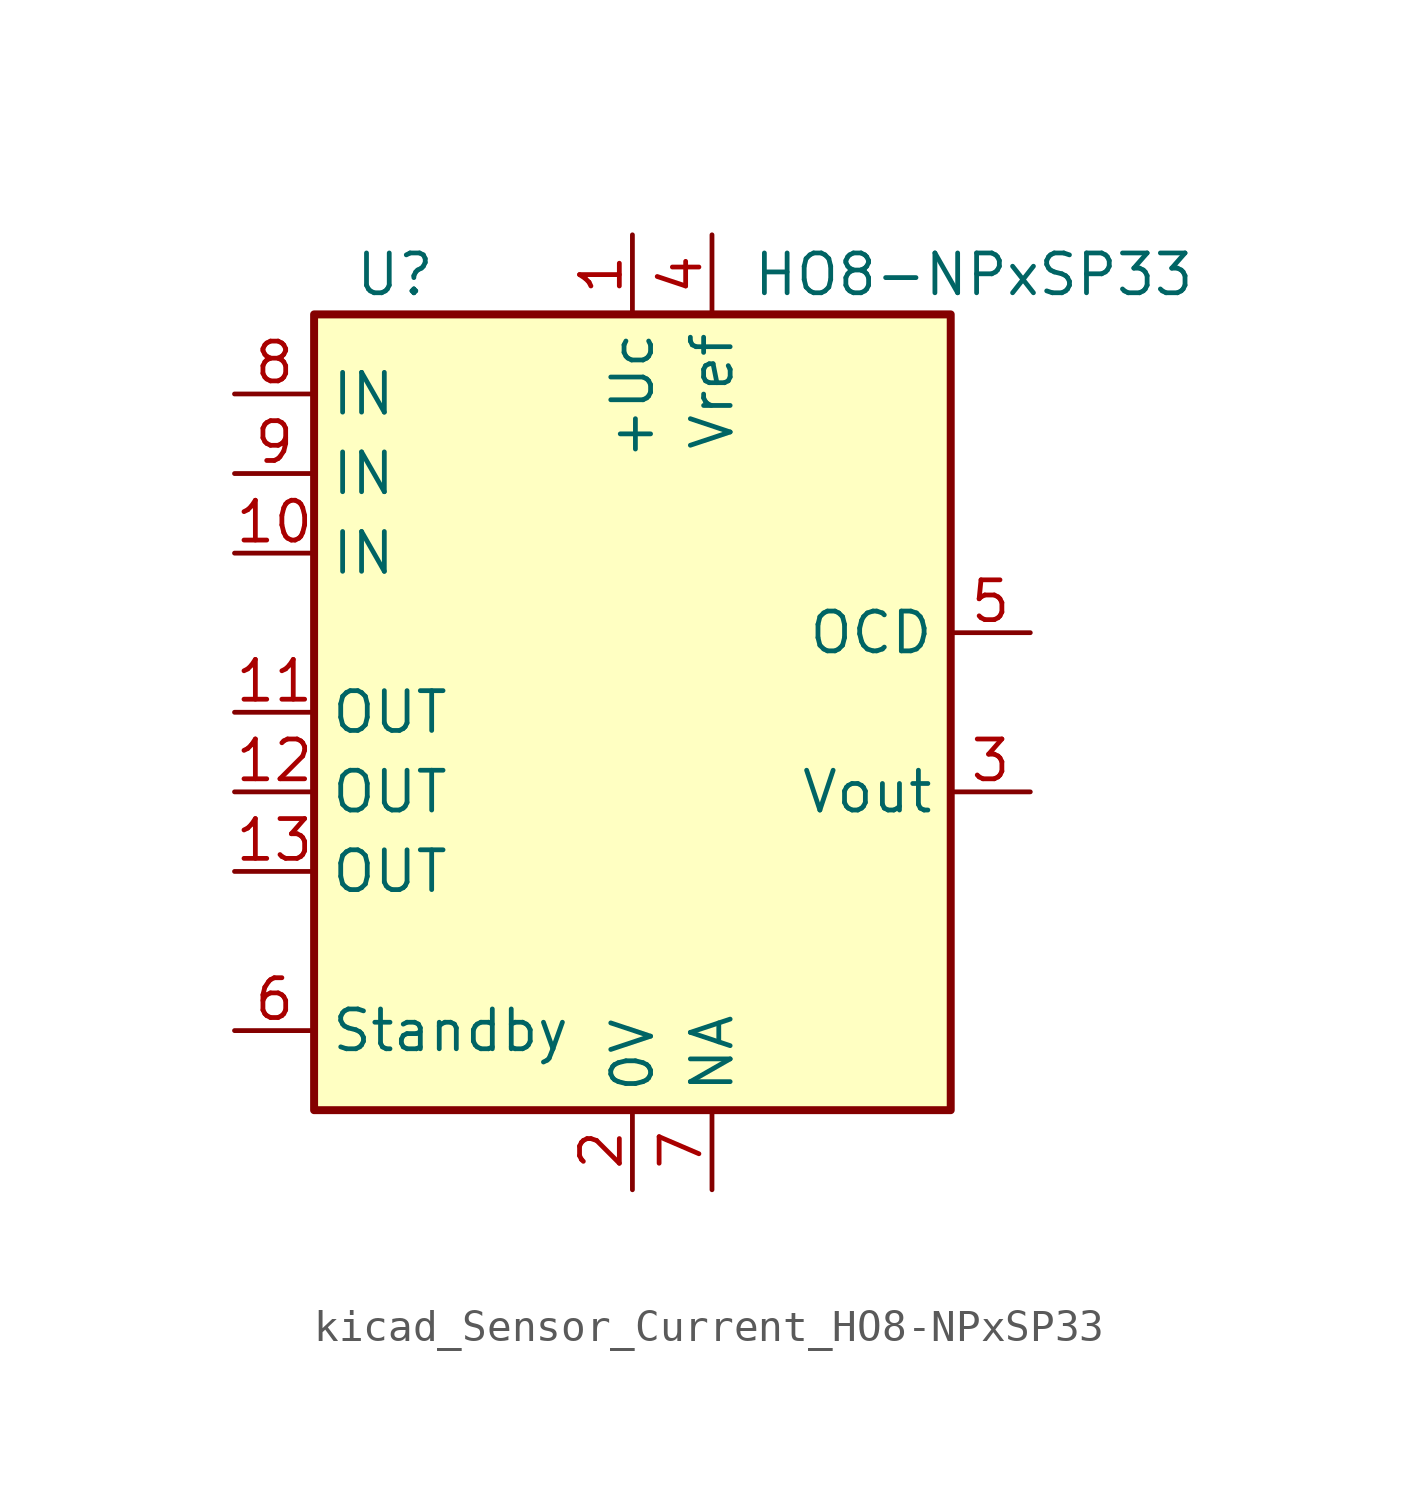
<source format=kicad_sym>
(kicad_symbol_lib
  (version 20220914)
  (generator kicad_symbol_editor)
  (symbol "kicad_Sensor_Current_HO8-NPxSP33"
    (property "Reference" "U"
      (at -8.89 13.97 0)
      (effects (font (size 1.27 1.27)) (justify left)))
    (property "Value" "HO8-NPxSP33"
      (at 3.81 13.97 0)
      (effects (font (size 1.27 1.27)) (justify left)))
    (symbol "kicad_Sensor_Current_HO8-NPxSP33_0_1"
      (rectangle (start -10.16 12.7) (end 10.16 -12.7) (stroke (width 0.254) (type default)) (fill (type background))))
    (symbol "kicad_Sensor_Current_HO8-NPxSP33_1_1"
      (pin power_in line (at 0 15.24 270) (length 2.54) (name "+Uc" (effects (font (size 1.27 1.27)))) (number "1" (effects (font (size 1.27 1.27)))))
      (pin passive line (at -12.7 5.08 0) (length 2.54) (name "IN" (effects (font (size 1.27 1.27)))) (number "10" (effects (font (size 1.27 1.27)))))
      (pin passive line (at -12.7 0 0) (length 2.54) (name "OUT" (effects (font (size 1.27 1.27)))) (number "11" (effects (font (size 1.27 1.27)))))
      (pin passive line (at -12.7 -2.54 0) (length 2.54) (name "OUT" (effects (font (size 1.27 1.27)))) (number "12" (effects (font (size 1.27 1.27)))))
      (pin passive line (at -12.7 -5.08 0) (length 2.54) (name "OUT" (effects (font (size 1.27 1.27)))) (number "13" (effects (font (size 1.27 1.27)))))
      (pin power_in line (at 0 -15.24 90) (length 2.54) (name "0V" (effects (font (size 1.27 1.27)))) (number "2" (effects (font (size 1.27 1.27)))))
      (pin output line (at 12.7 -2.54 180) (length 2.54) (name "Vout" (effects (font (size 1.27 1.27)))) (number "3" (effects (font (size 1.27 1.27)))))
      (pin passive line (at 2.54 15.24 270) (length 2.54) (name "Vref" (effects (font (size 1.27 1.27)))) (number "4" (effects (font (size 1.27 1.27)))))
      (pin open_collector line (at 12.7 2.54 180) (length 2.54) (name "OCD" (effects (font (size 1.27 1.27)))) (number "5" (effects (font (size 1.27 1.27)))))
      (pin input line (at -12.7 -10.16 0) (length 2.54) (name "Standby" (effects (font (size 1.27 1.27)))) (number "6" (effects (font (size 1.27 1.27)))))
      (pin passive line (at 2.54 -15.24 90) (length 2.54) (name "NA" (effects (font (size 1.27 1.27)))) (number "7" (effects (font (size 1.27 1.27)))))
      (pin passive line (at -12.7 10.16 0) (length 2.54) (name "IN" (effects (font (size 1.27 1.27)))) (number "8" (effects (font (size 1.27 1.27)))))
      (pin passive line (at -12.7 7.62 0) (length 2.54) (name "IN" (effects (font (size 1.27 1.27)))) (number "9" (effects (font (size 1.27 1.27))))))))
</source>
